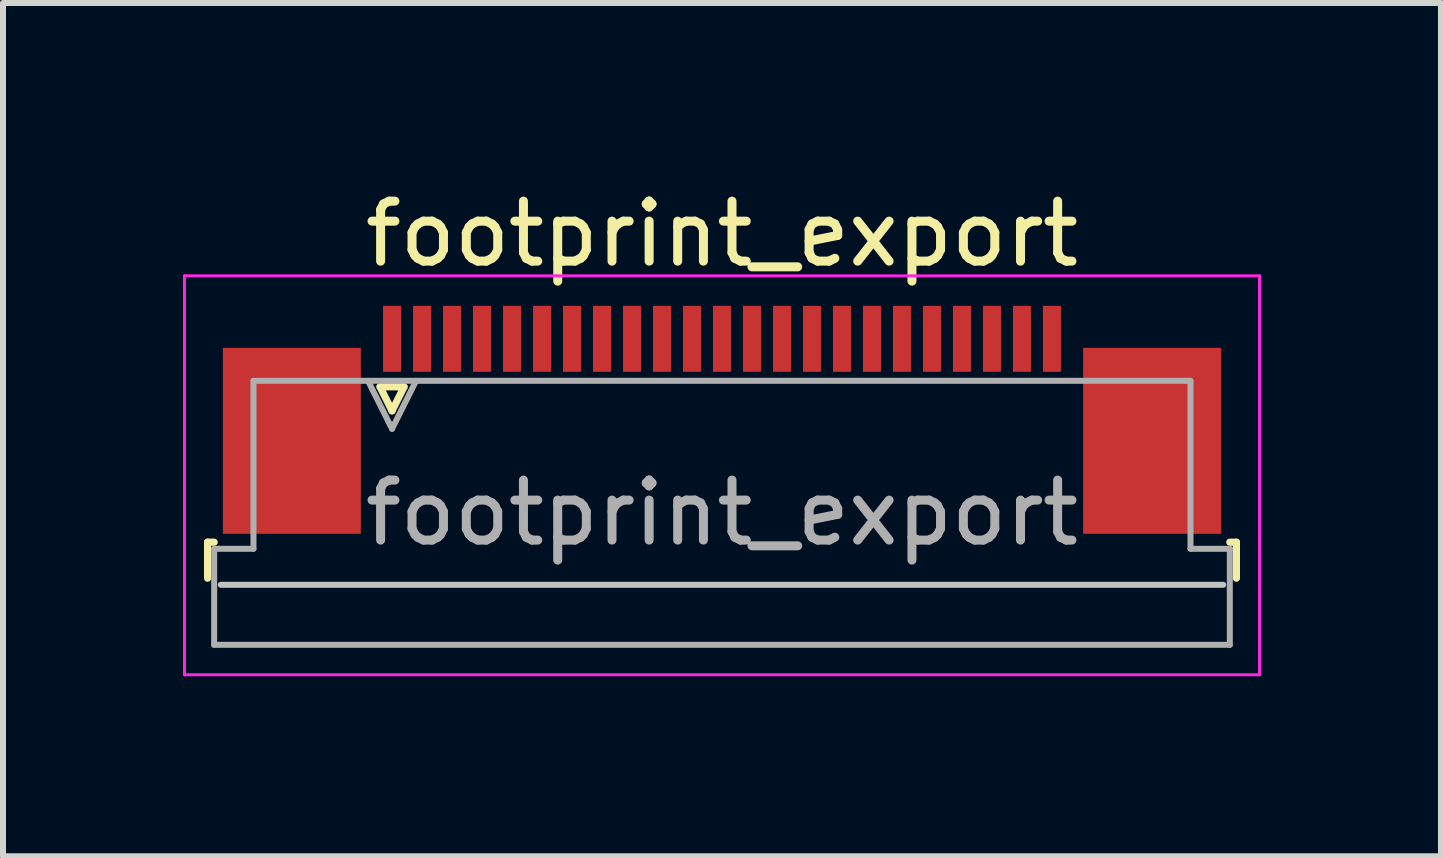
<source format=kicad_pcb>
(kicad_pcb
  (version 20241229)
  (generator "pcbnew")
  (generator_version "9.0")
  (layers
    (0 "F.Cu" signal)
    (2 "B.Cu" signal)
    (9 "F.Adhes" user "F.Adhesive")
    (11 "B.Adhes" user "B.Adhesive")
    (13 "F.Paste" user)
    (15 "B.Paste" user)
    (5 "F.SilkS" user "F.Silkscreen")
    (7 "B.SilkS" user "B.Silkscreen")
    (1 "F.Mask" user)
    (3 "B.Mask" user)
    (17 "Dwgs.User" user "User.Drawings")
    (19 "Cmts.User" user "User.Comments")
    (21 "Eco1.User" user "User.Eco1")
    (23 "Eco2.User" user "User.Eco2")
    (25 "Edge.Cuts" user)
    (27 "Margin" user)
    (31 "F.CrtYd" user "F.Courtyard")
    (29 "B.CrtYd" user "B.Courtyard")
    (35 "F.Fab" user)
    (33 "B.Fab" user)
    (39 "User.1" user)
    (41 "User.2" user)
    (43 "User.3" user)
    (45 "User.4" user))
  (footprint "footprint_export"
    (layer "F.Cu")
    (at 8.985 3.948)
    (property "Reference" "footprint_export" (at 0 -3.1 0) (layer "F.SilkS") (effects (font (size 1 1) (thickness 0.15))))
    (attr smd)
    (fp_line (start -8.575 2.04) (end -8.575 2.64) (stroke (width 0.12) (type solid)) (layer "F.SilkS"))
    (fp_line (start -8.465 2.04) (end -8.575 2.04) (stroke (width 0.12) (type solid)) (layer "F.SilkS"))
    (fp_line (start -5.7 -0.55) (end -5.5 -0.15) (stroke (width 0.12) (type solid)) (layer "F.SilkS"))
    (fp_line (start -5.5 -0.15) (end -5.3 -0.55) (stroke (width 0.12) (type solid)) (layer "F.SilkS"))
    (fp_line (start -5.3 -0.55) (end -5.7 -0.55) (stroke (width 0.12) (type solid)) (layer "F.SilkS"))
    (fp_line (start 8.465 2.04) (end 8.575 2.04) (stroke (width 0.12) (type solid)) (layer "F.SilkS"))
    (fp_line (start 8.575 2.04) (end 8.575 2.64) (stroke (width 0.12) (type solid)) (layer "F.SilkS"))
    (fp_line (start 8.355 2.75) (end -8.355 2.75) (stroke (width 0.1) (type solid)) (layer "Dwgs.User"))
    (fp_line (start -8.96 -2.4) (end -8.96 4.25) (stroke (width 0.05) (type solid)) (layer "F.CrtYd"))
    (fp_line (start -8.96 4.25) (end 8.96 4.25) (stroke (width 0.05) (type solid)) (layer "F.CrtYd"))
    (fp_line (start 8.96 -2.4) (end -8.96 -2.4) (stroke (width 0.05) (type solid)) (layer "F.CrtYd"))
    (fp_line (start 8.96 4.25) (end 8.96 -2.4) (stroke (width 0.05) (type solid)) (layer "F.CrtYd"))
    (fp_line (start -8.465 2.15) (end -7.81 2.15) (stroke (width 0.1) (type solid)) (layer "F.Fab"))
    (fp_line (start -8.465 3.75) (end -8.465 2.15) (stroke (width 0.1) (type solid)) (layer "F.Fab"))
    (fp_line (start -7.81 -0.65) (end 7.81 -0.65) (stroke (width 0.1) (type solid)) (layer "F.Fab"))
    (fp_line (start -7.81 2.15) (end -7.81 -0.65) (stroke (width 0.1) (type solid)) (layer "F.Fab"))
    (fp_line (start -5.9 -0.65) (end -5.5 0.15) (stroke (width 0.1) (type solid)) (layer "F.Fab"))
    (fp_line (start -5.5 0.15) (end -5.1 -0.65) (stroke (width 0.1) (type solid)) (layer "F.Fab"))
    (fp_line (start 7.81 -0.65) (end 7.81 2.15) (stroke (width 0.1) (type solid)) (layer "F.Fab"))
    (fp_line (start 7.81 2.15) (end 8.465 2.15) (stroke (width 0.1) (type solid)) (layer "F.Fab"))
    (fp_line (start 8.465 2.15) (end 8.465 3.75) (stroke (width 0.1) (type solid)) (layer "F.Fab"))
    (fp_line (start 8.465 3.75) (end -8.465 3.75) (stroke (width 0.1) (type solid)) (layer "F.Fab"))
    (fp_text user "${REFERENCE}" (at 0 1.55 0) (layer "F.Fab") (effects (font (size 1 1) (thickness 0.15))))
    (pad "1" smd rect (at -5.5 -1.35) (size 0.3 1.1) (layers "F.Cu" "F.Mask" "F.Paste"))
    (pad "2" smd rect (at -5 -1.35) (size 0.3 1.1) (layers "F.Cu" "F.Mask" "F.Paste"))
    (pad "3" smd rect (at -4.5 -1.35) (size 0.3 1.1) (layers "F.Cu" "F.Mask" "F.Paste"))
    (pad "4" smd rect (at -4 -1.35) (size 0.3 1.1) (layers "F.Cu" "F.Mask" "F.Paste"))
    (pad "5" smd rect (at -3.5 -1.35) (size 0.3 1.1) (layers "F.Cu" "F.Mask" "F.Paste"))
    (pad "6" smd rect (at -3 -1.35) (size 0.3 1.1) (layers "F.Cu" "F.Mask" "F.Paste"))
    (pad "7" smd rect (at -2.5 -1.35) (size 0.3 1.1) (layers "F.Cu" "F.Mask" "F.Paste"))
    (pad "8" smd rect (at -2 -1.35) (size 0.3 1.1) (layers "F.Cu" "F.Mask" "F.Paste"))
    (pad "9" smd rect (at -1.5 -1.35) (size 0.3 1.1) (layers "F.Cu" "F.Mask" "F.Paste"))
    (pad "10" smd rect (at -1 -1.35) (size 0.3 1.1) (layers "F.Cu" "F.Mask" "F.Paste"))
    (pad "11" smd rect (at -0.5 -1.35) (size 0.3 1.1) (layers "F.Cu" "F.Mask" "F.Paste"))
    (pad "12" smd rect (at 0 -1.35) (size 0.3 1.1) (layers "F.Cu" "F.Mask" "F.Paste"))
    (pad "13" smd rect (at 0.5 -1.35) (size 0.3 1.1) (layers "F.Cu" "F.Mask" "F.Paste"))
    (pad "14" smd rect (at 1 -1.35) (size 0.3 1.1) (layers "F.Cu" "F.Mask" "F.Paste"))
    (pad "15" smd rect (at 1.5 -1.35) (size 0.3 1.1) (layers "F.Cu" "F.Mask" "F.Paste"))
    (pad "16" smd rect (at 2 -1.35) (size 0.3 1.1) (layers "F.Cu" "F.Mask" "F.Paste"))
    (pad "17" smd rect (at 2.5 -1.35) (size 0.3 1.1) (layers "F.Cu" "F.Mask" "F.Paste"))
    (pad "18" smd rect (at 3 -1.35) (size 0.3 1.1) (layers "F.Cu" "F.Mask" "F.Paste"))
    (pad "19" smd rect (at 3.5 -1.35) (size 0.3 1.1) (layers "F.Cu" "F.Mask" "F.Paste"))
    (pad "20" smd rect (at 4 -1.35) (size 0.3 1.1) (layers "F.Cu" "F.Mask" "F.Paste"))
    (pad "21" smd rect (at 4.5 -1.35) (size 0.3 1.1) (layers "F.Cu" "F.Mask" "F.Paste"))
    (pad "22" smd rect (at 5 -1.35) (size 0.3 1.1) (layers "F.Cu" "F.Mask" "F.Paste"))
    (pad "23" smd rect (at 5.5 -1.35) (size 0.3 1.1) (layers "F.Cu" "F.Mask" "F.Paste"))
    (pad "MP" smd rect (at -7.17 0.35) (size 2.3 3.1) (layers "F.Cu" "F.Mask" "F.Paste"))
    (pad "MP" smd rect (at 7.17 0.35) (size 2.3 3.1) (layers "F.Cu" "F.Mask" "F.Paste")))
  (gr_rect
    (start -3 -3)
    (end 20.97 11.223)
    (stroke (width 0.1) (type default))
    (fill no)
    (layer "Edge.Cuts")))
</source>
